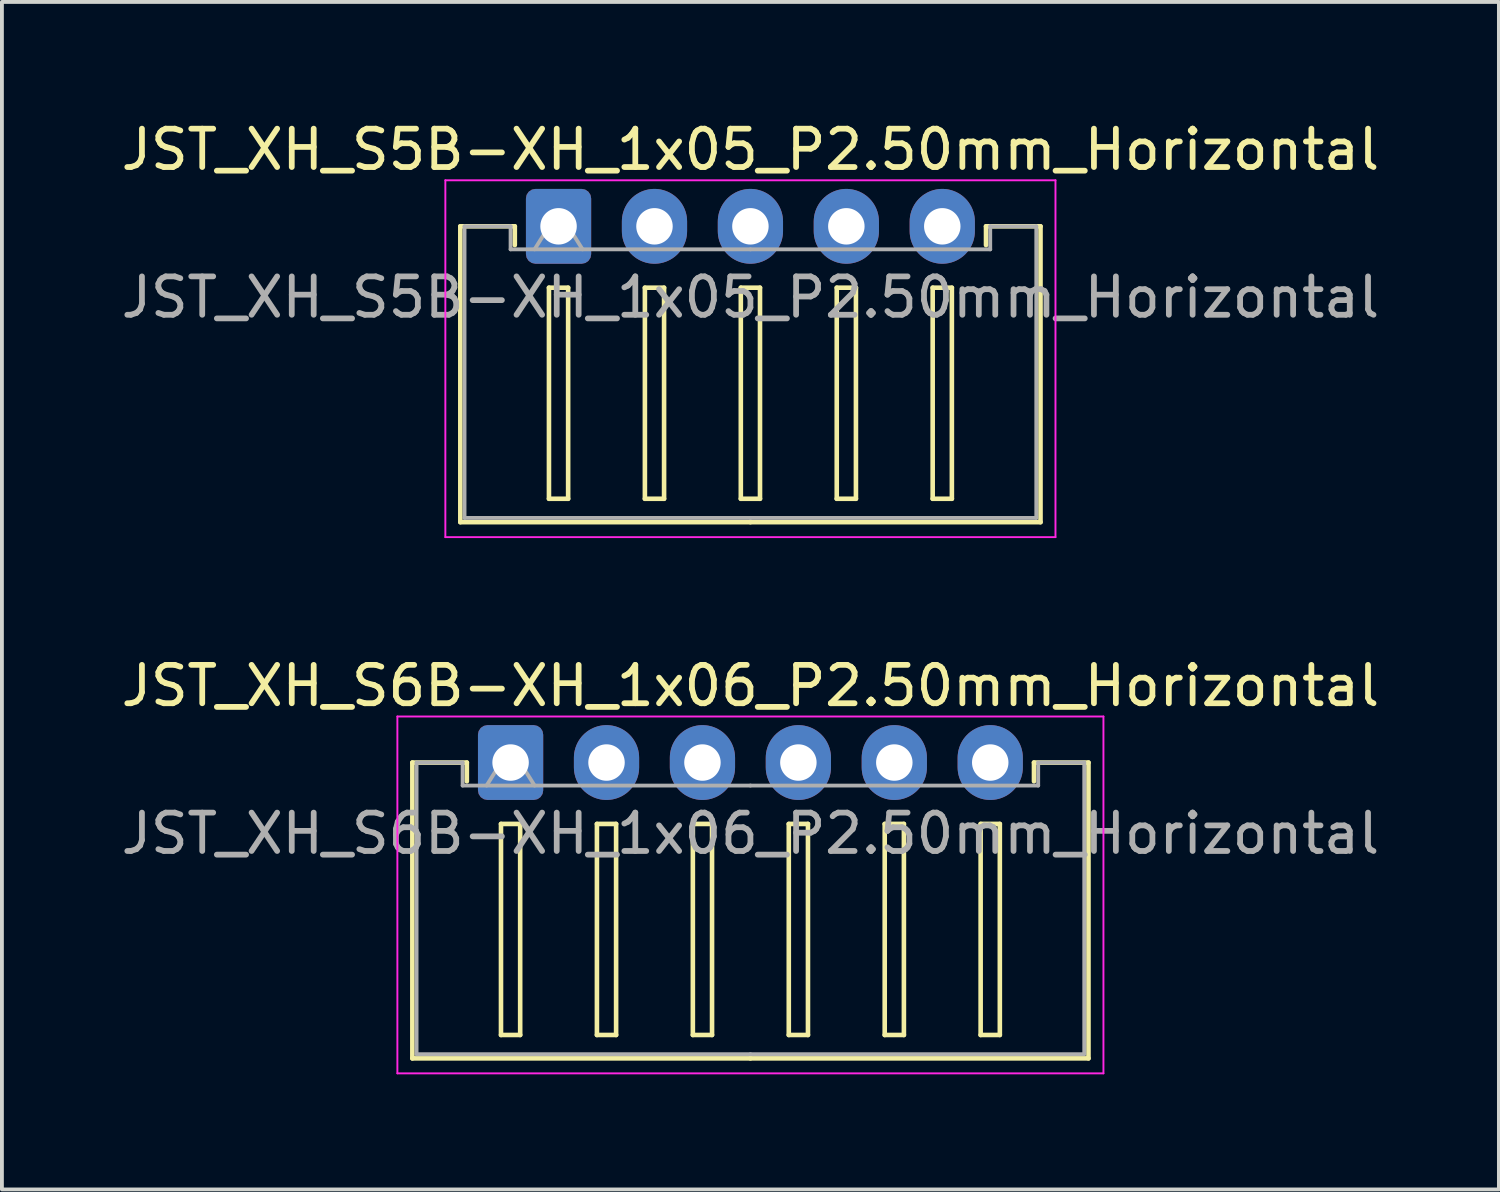
<source format=kicad_pcb>
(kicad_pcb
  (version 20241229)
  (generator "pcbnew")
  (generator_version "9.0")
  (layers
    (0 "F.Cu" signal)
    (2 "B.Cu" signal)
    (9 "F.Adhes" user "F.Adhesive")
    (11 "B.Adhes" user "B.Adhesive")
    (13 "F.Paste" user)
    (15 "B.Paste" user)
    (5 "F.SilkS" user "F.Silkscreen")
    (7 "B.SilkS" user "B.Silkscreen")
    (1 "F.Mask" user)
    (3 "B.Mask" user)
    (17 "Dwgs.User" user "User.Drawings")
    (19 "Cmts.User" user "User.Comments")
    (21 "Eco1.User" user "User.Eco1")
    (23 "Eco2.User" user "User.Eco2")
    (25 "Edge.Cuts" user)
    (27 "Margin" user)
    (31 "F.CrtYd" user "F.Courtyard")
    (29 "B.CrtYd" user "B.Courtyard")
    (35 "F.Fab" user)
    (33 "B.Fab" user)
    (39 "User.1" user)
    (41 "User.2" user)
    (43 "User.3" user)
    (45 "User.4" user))
  (footprint "JST_XH_S6B-XH_1x06_P2.50mm_Horizontal"
    (layer "F.Cu")
    (at 10.256 16.822)
    (property "Reference" "JST_XH_S6B-XH_1x06_P2.50mm_Horizontal" (at 6.25 -2 0) (layer "F.SilkS") (effects (font (size 1 1) (thickness 0.15))))
    (attr through_hole)
    (fp_line (start -2.56 0) (end -1.14 0) (stroke (width 0.12) (type solid)) (layer "F.SilkS"))
    (fp_line (start -2.56 7.71) (end -2.56 0) (stroke (width 0.12) (type solid)) (layer "F.SilkS"))
    (fp_line (start -1.14 0) (end -1.14 0.49) (stroke (width 0.12) (type solid)) (layer "F.SilkS"))
    (fp_line (start -0.25 1.6) (end -0.25 7.1) (stroke (width 0.12) (type solid)) (layer "F.SilkS"))
    (fp_line (start -0.25 7.1) (end 0.25 7.1) (stroke (width 0.12) (type solid)) (layer "F.SilkS"))
    (fp_line (start 0.25 1.6) (end -0.25 1.6) (stroke (width 0.12) (type solid)) (layer "F.SilkS"))
    (fp_line (start 0.25 7.1) (end 0.25 1.6) (stroke (width 0.12) (type solid)) (layer "F.SilkS"))
    (fp_line (start 2.25 1.6) (end 2.25 7.1) (stroke (width 0.12) (type solid)) (layer "F.SilkS"))
    (fp_line (start 2.25 7.1) (end 2.75 7.1) (stroke (width 0.12) (type solid)) (layer "F.SilkS"))
    (fp_line (start 2.75 1.6) (end 2.25 1.6) (stroke (width 0.12) (type solid)) (layer "F.SilkS"))
    (fp_line (start 2.75 7.1) (end 2.75 1.6) (stroke (width 0.12) (type solid)) (layer "F.SilkS"))
    (fp_line (start 4.75 1.6) (end 4.75 7.1) (stroke (width 0.12) (type solid)) (layer "F.SilkS"))
    (fp_line (start 4.75 7.1) (end 5.25 7.1) (stroke (width 0.12) (type solid)) (layer "F.SilkS"))
    (fp_line (start 5.25 1.6) (end 4.75 1.6) (stroke (width 0.12) (type solid)) (layer "F.SilkS"))
    (fp_line (start 5.25 7.1) (end 5.25 1.6) (stroke (width 0.12) (type solid)) (layer "F.SilkS"))
    (fp_line (start 6.25 7.71) (end -2.56 7.71) (stroke (width 0.12) (type solid)) (layer "F.SilkS"))
    (fp_line (start 6.25 7.71) (end 15.06 7.71) (stroke (width 0.12) (type solid)) (layer "F.SilkS"))
    (fp_line (start 7.25 1.6) (end 7.25 7.1) (stroke (width 0.12) (type solid)) (layer "F.SilkS"))
    (fp_line (start 7.25 7.1) (end 7.75 7.1) (stroke (width 0.12) (type solid)) (layer "F.SilkS"))
    (fp_line (start 7.75 1.6) (end 7.25 1.6) (stroke (width 0.12) (type solid)) (layer "F.SilkS"))
    (fp_line (start 7.75 7.1) (end 7.75 1.6) (stroke (width 0.12) (type solid)) (layer "F.SilkS"))
    (fp_line (start 9.75 1.6) (end 9.75 7.1) (stroke (width 0.12) (type solid)) (layer "F.SilkS"))
    (fp_line (start 9.75 7.1) (end 10.25 7.1) (stroke (width 0.12) (type solid)) (layer "F.SilkS"))
    (fp_line (start 10.25 1.6) (end 9.75 1.6) (stroke (width 0.12) (type solid)) (layer "F.SilkS"))
    (fp_line (start 10.25 7.1) (end 10.25 1.6) (stroke (width 0.12) (type solid)) (layer "F.SilkS"))
    (fp_line (start 12.25 1.6) (end 12.25 7.1) (stroke (width 0.12) (type solid)) (layer "F.SilkS"))
    (fp_line (start 12.25 7.1) (end 12.75 7.1) (stroke (width 0.12) (type solid)) (layer "F.SilkS"))
    (fp_line (start 12.75 1.6) (end 12.25 1.6) (stroke (width 0.12) (type solid)) (layer "F.SilkS"))
    (fp_line (start 12.75 7.1) (end 12.75 1.6) (stroke (width 0.12) (type solid)) (layer "F.SilkS"))
    (fp_line (start 13.64 0) (end 13.64 0.49) (stroke (width 0.12) (type solid)) (layer "F.SilkS"))
    (fp_line (start 15.06 0) (end 13.64 0) (stroke (width 0.12) (type solid)) (layer "F.SilkS"))
    (fp_line (start 15.06 7.71) (end 15.06 0) (stroke (width 0.12) (type solid)) (layer "F.SilkS"))
    (fp_line (start -2.95 -1.2) (end -2.95 8.1) (stroke (width 0.05) (type solid)) (layer "F.CrtYd"))
    (fp_line (start -2.95 8.1) (end 15.45 8.1) (stroke (width 0.05) (type solid)) (layer "F.CrtYd"))
    (fp_line (start 15.45 -1.2) (end -2.95 -1.2) (stroke (width 0.05) (type solid)) (layer "F.CrtYd"))
    (fp_line (start 15.45 8.1) (end 15.45 -1.2) (stroke (width 0.05) (type solid)) (layer "F.CrtYd"))
    (fp_line (start -2.45 0) (end -1.25 0) (stroke (width 0.1) (type solid)) (layer "F.Fab"))
    (fp_line (start -2.45 7.6) (end -2.45 0) (stroke (width 0.1) (type solid)) (layer "F.Fab"))
    (fp_line (start -1.25 0) (end -1.25 0.6) (stroke (width 0.1) (type solid)) (layer "F.Fab"))
    (fp_line (start -1.25 0.6) (end 6.25 0.6) (stroke (width 0.1) (type solid)) (layer "F.Fab"))
    (fp_line (start -0.625 0.6) (end 0 -0.4) (stroke (width 0.1) (type solid)) (layer "F.Fab"))
    (fp_line (start 0 -0.4) (end 0.625 0.6) (stroke (width 0.1) (type solid)) (layer "F.Fab"))
    (fp_line (start 6.25 7.6) (end -2.45 7.6) (stroke (width 0.1) (type solid)) (layer "F.Fab"))
    (fp_line (start 6.25 7.6) (end 14.95 7.6) (stroke (width 0.1) (type solid)) (layer "F.Fab"))
    (fp_line (start 13.75 0) (end 13.75 0.6) (stroke (width 0.1) (type solid)) (layer "F.Fab"))
    (fp_line (start 13.75 0.6) (end 6.25 0.6) (stroke (width 0.1) (type solid)) (layer "F.Fab"))
    (fp_line (start 14.95 0) (end 13.75 0) (stroke (width 0.1) (type solid)) (layer "F.Fab"))
    (fp_line (start 14.95 7.6) (end 14.95 0) (stroke (width 0.1) (type solid)) (layer "F.Fab"))
    (fp_text user "${REFERENCE}" (at 6.25 1.85 0) (layer "F.Fab") (effects (font (size 1 1) (thickness 0.15))))
    (pad "1" thru_hole roundrect (at 0 0) (size 1.7 1.95) (drill 0.95) (layers "*.Cu" "*.Mask") (roundrect_rratio 0.147))
    (pad "2" thru_hole oval (at 2.5 0) (size 1.7 1.95) (drill 0.95) (layers "*.Cu" "*.Mask"))
    (pad "3" thru_hole oval (at 5 0) (size 1.7 1.95) (drill 0.95) (layers "*.Cu" "*.Mask"))
    (pad "4" thru_hole oval (at 7.5 0) (size 1.7 1.95) (drill 0.95) (layers "*.Cu" "*.Mask"))
    (pad "5" thru_hole oval (at 10 0) (size 1.7 1.95) (drill 0.95) (layers "*.Cu" "*.Mask"))
    (pad "6" thru_hole oval (at 12.5 0) (size 1.7 1.95) (drill 0.95) (layers "*.Cu" "*.Mask")))
  (footprint "JST_XH_S5B-XH_1x05_P2.50mm_Horizontal"
    (layer "F.Cu")
    (at 11.506 2.848)
    (property "Reference" "JST_XH_S5B-XH_1x05_P2.50mm_Horizontal" (at 5 -2 0) (layer "F.SilkS") (effects (font (size 1 1) (thickness 0.15))))
    (attr through_hole)
    (fp_line (start -2.56 0) (end -1.14 0) (stroke (width 0.12) (type solid)) (layer "F.SilkS"))
    (fp_line (start -2.56 7.71) (end -2.56 0) (stroke (width 0.12) (type solid)) (layer "F.SilkS"))
    (fp_line (start -1.14 0) (end -1.14 0.49) (stroke (width 0.12) (type solid)) (layer "F.SilkS"))
    (fp_line (start -0.25 1.6) (end -0.25 7.1) (stroke (width 0.12) (type solid)) (layer "F.SilkS"))
    (fp_line (start -0.25 7.1) (end 0.25 7.1) (stroke (width 0.12) (type solid)) (layer "F.SilkS"))
    (fp_line (start 0.25 1.6) (end -0.25 1.6) (stroke (width 0.12) (type solid)) (layer "F.SilkS"))
    (fp_line (start 0.25 7.1) (end 0.25 1.6) (stroke (width 0.12) (type solid)) (layer "F.SilkS"))
    (fp_line (start 2.25 1.6) (end 2.25 7.1) (stroke (width 0.12) (type solid)) (layer "F.SilkS"))
    (fp_line (start 2.25 7.1) (end 2.75 7.1) (stroke (width 0.12) (type solid)) (layer "F.SilkS"))
    (fp_line (start 2.75 1.6) (end 2.25 1.6) (stroke (width 0.12) (type solid)) (layer "F.SilkS"))
    (fp_line (start 2.75 7.1) (end 2.75 1.6) (stroke (width 0.12) (type solid)) (layer "F.SilkS"))
    (fp_line (start 4.75 1.6) (end 4.75 7.1) (stroke (width 0.12) (type solid)) (layer "F.SilkS"))
    (fp_line (start 4.75 7.1) (end 5.25 7.1) (stroke (width 0.12) (type solid)) (layer "F.SilkS"))
    (fp_line (start 5 7.71) (end -2.56 7.71) (stroke (width 0.12) (type solid)) (layer "F.SilkS"))
    (fp_line (start 5 7.71) (end 12.56 7.71) (stroke (width 0.12) (type solid)) (layer "F.SilkS"))
    (fp_line (start 5.25 1.6) (end 4.75 1.6) (stroke (width 0.12) (type solid)) (layer "F.SilkS"))
    (fp_line (start 5.25 7.1) (end 5.25 1.6) (stroke (width 0.12) (type solid)) (layer "F.SilkS"))
    (fp_line (start 7.25 1.6) (end 7.25 7.1) (stroke (width 0.12) (type solid)) (layer "F.SilkS"))
    (fp_line (start 7.25 7.1) (end 7.75 7.1) (stroke (width 0.12) (type solid)) (layer "F.SilkS"))
    (fp_line (start 7.75 1.6) (end 7.25 1.6) (stroke (width 0.12) (type solid)) (layer "F.SilkS"))
    (fp_line (start 7.75 7.1) (end 7.75 1.6) (stroke (width 0.12) (type solid)) (layer "F.SilkS"))
    (fp_line (start 9.75 1.6) (end 9.75 7.1) (stroke (width 0.12) (type solid)) (layer "F.SilkS"))
    (fp_line (start 9.75 7.1) (end 10.25 7.1) (stroke (width 0.12) (type solid)) (layer "F.SilkS"))
    (fp_line (start 10.25 1.6) (end 9.75 1.6) (stroke (width 0.12) (type solid)) (layer "F.SilkS"))
    (fp_line (start 10.25 7.1) (end 10.25 1.6) (stroke (width 0.12) (type solid)) (layer "F.SilkS"))
    (fp_line (start 11.14 0) (end 11.14 0.49) (stroke (width 0.12) (type solid)) (layer "F.SilkS"))
    (fp_line (start 12.56 0) (end 11.14 0) (stroke (width 0.12) (type solid)) (layer "F.SilkS"))
    (fp_line (start 12.56 7.71) (end 12.56 0) (stroke (width 0.12) (type solid)) (layer "F.SilkS"))
    (fp_line (start -2.95 -1.2) (end -2.95 8.1) (stroke (width 0.05) (type solid)) (layer "F.CrtYd"))
    (fp_line (start -2.95 8.1) (end 12.95 8.1) (stroke (width 0.05) (type solid)) (layer "F.CrtYd"))
    (fp_line (start 12.95 -1.2) (end -2.95 -1.2) (stroke (width 0.05) (type solid)) (layer "F.CrtYd"))
    (fp_line (start 12.95 8.1) (end 12.95 -1.2) (stroke (width 0.05) (type solid)) (layer "F.CrtYd"))
    (fp_line (start -2.45 0) (end -1.25 0) (stroke (width 0.1) (type solid)) (layer "F.Fab"))
    (fp_line (start -2.45 7.6) (end -2.45 0) (stroke (width 0.1) (type solid)) (layer "F.Fab"))
    (fp_line (start -1.25 0) (end -1.25 0.6) (stroke (width 0.1) (type solid)) (layer "F.Fab"))
    (fp_line (start -1.25 0.6) (end 5 0.6) (stroke (width 0.1) (type solid)) (layer "F.Fab"))
    (fp_line (start -0.625 0.6) (end 0 -0.4) (stroke (width 0.1) (type solid)) (layer "F.Fab"))
    (fp_line (start 0 -0.4) (end 0.625 0.6) (stroke (width 0.1) (type solid)) (layer "F.Fab"))
    (fp_line (start 5 7.6) (end -2.45 7.6) (stroke (width 0.1) (type solid)) (layer "F.Fab"))
    (fp_line (start 5 7.6) (end 12.45 7.6) (stroke (width 0.1) (type solid)) (layer "F.Fab"))
    (fp_line (start 11.25 0) (end 11.25 0.6) (stroke (width 0.1) (type solid)) (layer "F.Fab"))
    (fp_line (start 11.25 0.6) (end 5 0.6) (stroke (width 0.1) (type solid)) (layer "F.Fab"))
    (fp_line (start 12.45 0) (end 11.25 0) (stroke (width 0.1) (type solid)) (layer "F.Fab"))
    (fp_line (start 12.45 7.6) (end 12.45 0) (stroke (width 0.1) (type solid)) (layer "F.Fab"))
    (fp_text user "${REFERENCE}" (at 5 1.85 0) (layer "F.Fab") (effects (font (size 1 1) (thickness 0.15))))
    (pad "1" thru_hole roundrect (at 0 0) (size 1.7 1.95) (drill 0.95) (layers "*.Cu" "*.Mask") (roundrect_rratio 0.147))
    (pad "2" thru_hole oval (at 2.5 0) (size 1.7 1.95) (drill 0.95) (layers "*.Cu" "*.Mask"))
    (pad "3" thru_hole oval (at 5 0) (size 1.7 1.95) (drill 0.95) (layers "*.Cu" "*.Mask"))
    (pad "4" thru_hole oval (at 7.5 0) (size 1.7 1.95) (drill 0.95) (layers "*.Cu" "*.Mask"))
    (pad "5" thru_hole oval (at 10 0) (size 1.7 1.95) (drill 0.95) (layers "*.Cu" "*.Mask")))
  (gr_rect
    (start -3 -3)
    (end 36.012 27.947)
    (stroke (width 0.1) (type default))
    (fill no)
    (layer "Edge.Cuts")))
</source>
